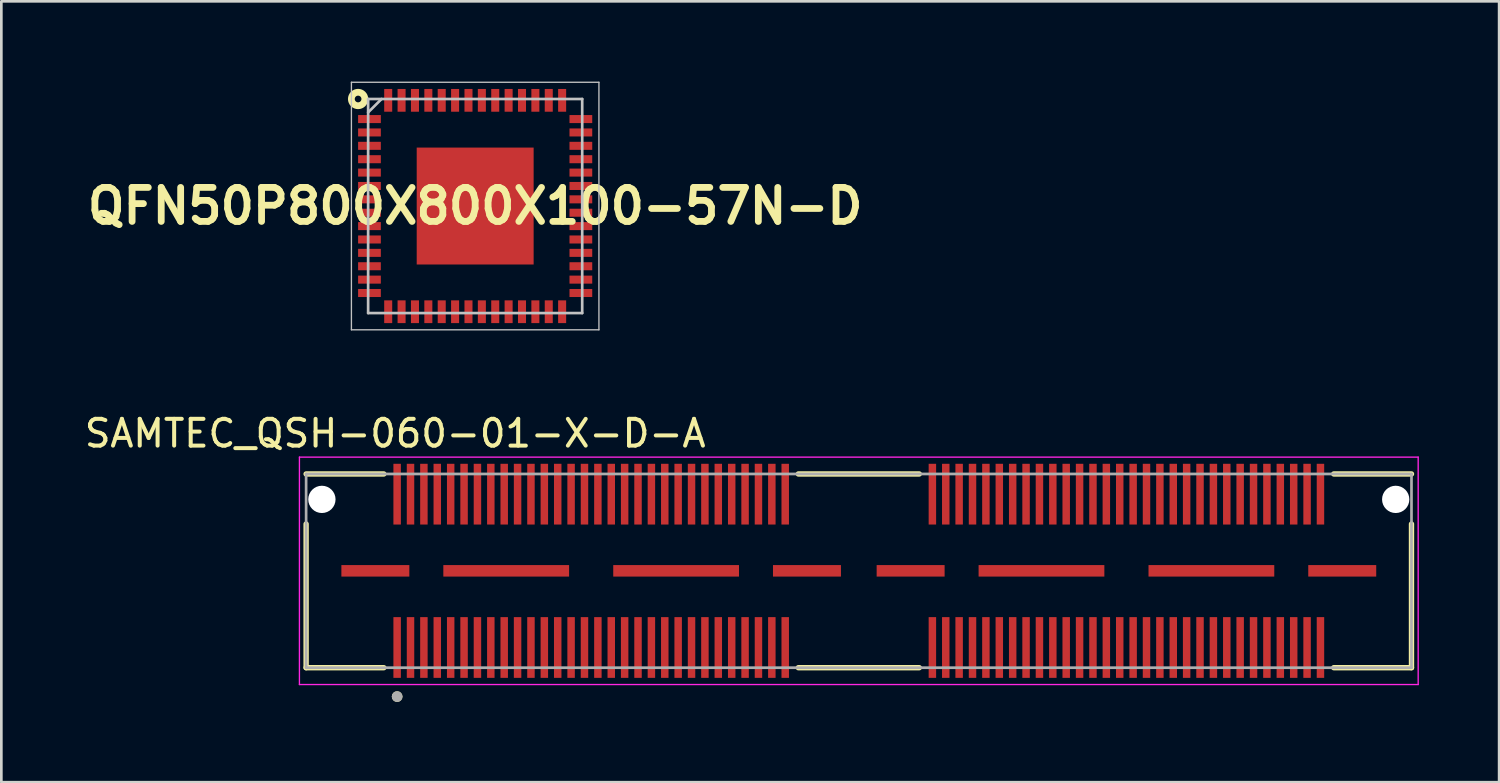
<source format=kicad_pcb>
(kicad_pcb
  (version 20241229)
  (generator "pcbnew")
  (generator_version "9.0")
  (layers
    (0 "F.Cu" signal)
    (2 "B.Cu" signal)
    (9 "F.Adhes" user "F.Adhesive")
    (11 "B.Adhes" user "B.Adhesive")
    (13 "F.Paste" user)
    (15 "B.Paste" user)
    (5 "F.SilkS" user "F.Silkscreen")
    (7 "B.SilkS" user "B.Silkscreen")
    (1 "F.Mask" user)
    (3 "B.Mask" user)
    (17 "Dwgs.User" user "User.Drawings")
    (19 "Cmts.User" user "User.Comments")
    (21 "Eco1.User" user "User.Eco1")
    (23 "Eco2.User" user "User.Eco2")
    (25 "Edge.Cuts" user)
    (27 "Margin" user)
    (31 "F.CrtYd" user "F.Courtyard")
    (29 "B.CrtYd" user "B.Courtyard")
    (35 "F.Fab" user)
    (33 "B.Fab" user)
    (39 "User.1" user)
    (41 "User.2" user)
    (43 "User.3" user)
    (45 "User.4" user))
  (footprint "QFN50P800X800X100-57N-D"
    (layer "F.Cu")
    (at 14.708 4.65)
    (property "Reference" "QFN50P800X800X100-57N-D" (at 0 0 0) (layer "F.SilkS") (effects (font (size 1.27 1.27) (thickness 0.254))))
    (attr smd)
    (fp_circle (center -4.375 -4) (end -4.25 -4) (stroke (width 0.254) (type solid)) (fill no) (layer "F.SilkS"))
    (fp_line (start -4.625 -4.625) (end 4.625 -4.625) (stroke (width 0.05) (type solid)) (layer "Dwgs.User"))
    (fp_line (start -4.625 4.625) (end -4.625 -4.625) (stroke (width 0.05) (type solid)) (layer "Dwgs.User"))
    (fp_line (start -4 -4) (end 4 -4) (stroke (width 0.1) (type solid)) (layer "Dwgs.User"))
    (fp_line (start -4 -3.5) (end -3.5 -4) (stroke (width 0.1) (type solid)) (layer "Dwgs.User"))
    (fp_line (start -4 4) (end -4 -4) (stroke (width 0.1) (type solid)) (layer "Dwgs.User"))
    (fp_line (start 4 -4) (end 4 4) (stroke (width 0.1) (type solid)) (layer "Dwgs.User"))
    (fp_line (start 4 4) (end -4 4) (stroke (width 0.1) (type solid)) (layer "Dwgs.User"))
    (fp_line (start 4.625 -4.625) (end 4.625 4.625) (stroke (width 0.05) (type solid)) (layer "Dwgs.User"))
    (fp_line (start 4.625 4.625) (end -4.625 4.625) (stroke (width 0.05) (type solid)) (layer "Dwgs.User"))
    (pad "1" smd rect (at -3.95 -3.25 90) (size 0.3 0.85) (layers "F.Cu" "F.Mask" "F.Paste"))
    (pad "2" smd rect (at -3.95 -2.75 90) (size 0.3 0.85) (layers "F.Cu" "F.Mask" "F.Paste"))
    (pad "3" smd rect (at -3.95 -2.25 90) (size 0.3 0.85) (layers "F.Cu" "F.Mask" "F.Paste"))
    (pad "4" smd rect (at -3.95 -1.75 90) (size 0.3 0.85) (layers "F.Cu" "F.Mask" "F.Paste"))
    (pad "5" smd rect (at -3.95 -1.25 90) (size 0.3 0.85) (layers "F.Cu" "F.Mask" "F.Paste"))
    (pad "6" smd rect (at -3.95 -0.75 90) (size 0.3 0.85) (layers "F.Cu" "F.Mask" "F.Paste"))
    (pad "7" smd rect (at -3.95 -0.25 90) (size 0.3 0.85) (layers "F.Cu" "F.Mask" "F.Paste"))
    (pad "8" smd rect (at -3.95 0.25 90) (size 0.3 0.85) (layers "F.Cu" "F.Mask" "F.Paste"))
    (pad "9" smd rect (at -3.95 0.75 90) (size 0.3 0.85) (layers "F.Cu" "F.Mask" "F.Paste"))
    (pad "10" smd rect (at -3.95 1.25 90) (size 0.3 0.85) (layers "F.Cu" "F.Mask" "F.Paste"))
    (pad "11" smd rect (at -3.95 1.75 90) (size 0.3 0.85) (layers "F.Cu" "F.Mask" "F.Paste"))
    (pad "12" smd rect (at -3.95 2.25 90) (size 0.3 0.85) (layers "F.Cu" "F.Mask" "F.Paste"))
    (pad "13" smd rect (at -3.95 2.75 90) (size 0.3 0.85) (layers "F.Cu" "F.Mask" "F.Paste"))
    (pad "14" smd rect (at -3.95 3.25 90) (size 0.3 0.85) (layers "F.Cu" "F.Mask" "F.Paste"))
    (pad "15" smd rect (at -3.25 3.95) (size 0.3 0.85) (layers "F.Cu" "F.Mask" "F.Paste"))
    (pad "16" smd rect (at -2.75 3.95) (size 0.3 0.85) (layers "F.Cu" "F.Mask" "F.Paste"))
    (pad "17" smd rect (at -2.25 3.95) (size 0.3 0.85) (layers "F.Cu" "F.Mask" "F.Paste"))
    (pad "18" smd rect (at -1.75 3.95) (size 0.3 0.85) (layers "F.Cu" "F.Mask" "F.Paste"))
    (pad "19" smd rect (at -1.25 3.95) (size 0.3 0.85) (layers "F.Cu" "F.Mask" "F.Paste"))
    (pad "20" smd rect (at -0.75 3.95) (size 0.3 0.85) (layers "F.Cu" "F.Mask" "F.Paste"))
    (pad "21" smd rect (at -0.25 3.95) (size 0.3 0.85) (layers "F.Cu" "F.Mask" "F.Paste"))
    (pad "22" smd rect (at 0.25 3.95) (size 0.3 0.85) (layers "F.Cu" "F.Mask" "F.Paste"))
    (pad "23" smd rect (at 0.75 3.95) (size 0.3 0.85) (layers "F.Cu" "F.Mask" "F.Paste"))
    (pad "24" smd rect (at 1.25 3.95) (size 0.3 0.85) (layers "F.Cu" "F.Mask" "F.Paste"))
    (pad "25" smd rect (at 1.75 3.95) (size 0.3 0.85) (layers "F.Cu" "F.Mask" "F.Paste"))
    (pad "26" smd rect (at 2.25 3.95) (size 0.3 0.85) (layers "F.Cu" "F.Mask" "F.Paste"))
    (pad "27" smd rect (at 2.75 3.95) (size 0.3 0.85) (layers "F.Cu" "F.Mask" "F.Paste"))
    (pad "28" smd rect (at 3.25 3.95) (size 0.3 0.85) (layers "F.Cu" "F.Mask" "F.Paste"))
    (pad "29" smd rect (at 3.95 3.25 90) (size 0.3 0.85) (layers "F.Cu" "F.Mask" "F.Paste"))
    (pad "30" smd rect (at 3.95 2.75 90) (size 0.3 0.85) (layers "F.Cu" "F.Mask" "F.Paste"))
    (pad "31" smd rect (at 3.95 2.25 90) (size 0.3 0.85) (layers "F.Cu" "F.Mask" "F.Paste"))
    (pad "32" smd rect (at 3.95 1.75 90) (size 0.3 0.85) (layers "F.Cu" "F.Mask" "F.Paste"))
    (pad "33" smd rect (at 3.95 1.25 90) (size 0.3 0.85) (layers "F.Cu" "F.Mask" "F.Paste"))
    (pad "34" smd rect (at 3.95 0.75 90) (size 0.3 0.85) (layers "F.Cu" "F.Mask" "F.Paste"))
    (pad "35" smd rect (at 3.95 0.25 90) (size 0.3 0.85) (layers "F.Cu" "F.Mask" "F.Paste"))
    (pad "36" smd rect (at 3.95 -0.25 90) (size 0.3 0.85) (layers "F.Cu" "F.Mask" "F.Paste"))
    (pad "37" smd rect (at 3.95 -0.75 90) (size 0.3 0.85) (layers "F.Cu" "F.Mask" "F.Paste"))
    (pad "38" smd rect (at 3.95 -1.25 90) (size 0.3 0.85) (layers "F.Cu" "F.Mask" "F.Paste"))
    (pad "39" smd rect (at 3.95 -1.75 90) (size 0.3 0.85) (layers "F.Cu" "F.Mask" "F.Paste"))
    (pad "40" smd rect (at 3.95 -2.25 90) (size 0.3 0.85) (layers "F.Cu" "F.Mask" "F.Paste"))
    (pad "41" smd rect (at 3.95 -2.75 90) (size 0.3 0.85) (layers "F.Cu" "F.Mask" "F.Paste"))
    (pad "42" smd rect (at 3.95 -3.25 90) (size 0.3 0.85) (layers "F.Cu" "F.Mask" "F.Paste"))
    (pad "43" smd rect (at 3.25 -3.95) (size 0.3 0.85) (layers "F.Cu" "F.Mask" "F.Paste"))
    (pad "44" smd rect (at 2.75 -3.95) (size 0.3 0.85) (layers "F.Cu" "F.Mask" "F.Paste"))
    (pad "45" smd rect (at 2.25 -3.95) (size 0.3 0.85) (layers "F.Cu" "F.Mask" "F.Paste"))
    (pad "46" smd rect (at 1.75 -3.95) (size 0.3 0.85) (layers "F.Cu" "F.Mask" "F.Paste"))
    (pad "47" smd rect (at 1.25 -3.95) (size 0.3 0.85) (layers "F.Cu" "F.Mask" "F.Paste"))
    (pad "48" smd rect (at 0.75 -3.95) (size 0.3 0.85) (layers "F.Cu" "F.Mask" "F.Paste"))
    (pad "49" smd rect (at 0.25 -3.95) (size 0.3 0.85) (layers "F.Cu" "F.Mask" "F.Paste"))
    (pad "50" smd rect (at -0.25 -3.95) (size 0.3 0.85) (layers "F.Cu" "F.Mask" "F.Paste"))
    (pad "51" smd rect (at -0.75 -3.95) (size 0.3 0.85) (layers "F.Cu" "F.Mask" "F.Paste"))
    (pad "52" smd rect (at -1.25 -3.95) (size 0.3 0.85) (layers "F.Cu" "F.Mask" "F.Paste"))
    (pad "53" smd rect (at -1.75 -3.95) (size 0.3 0.85) (layers "F.Cu" "F.Mask" "F.Paste"))
    (pad "54" smd rect (at -2.25 -3.95) (size 0.3 0.85) (layers "F.Cu" "F.Mask" "F.Paste"))
    (pad "55" smd rect (at -2.75 -3.95) (size 0.3 0.85) (layers "F.Cu" "F.Mask" "F.Paste"))
    (pad "56" smd rect (at -3.25 -3.95) (size 0.3 0.85) (layers "F.Cu" "F.Mask" "F.Paste"))
    (pad "57" smd rect (at 0 0) (size 4.37 4.37) (layers "F.Cu" "F.Mask" "F.Paste")))
  (footprint "SAMTEC_QSH-060-01-X-D-A"
    (layer "F.Cu")
    (at 29.045 18.283)
    (property "Reference" "SAMTEC_QSH-060-01-X-D-A" (at -17.325 -5.135 0) (layer "F.SilkS") (effects (font (size 1 1) (thickness 0.15))))
    (attr smd)
    (fp_line (start -20.655 -3.62) (end -17.75 -3.62) (stroke (width 0.2) (type solid)) (layer "F.SilkS"))
    (fp_line (start -20.655 3.62) (end -20.655 -1.75) (stroke (width 0.2) (type solid)) (layer "F.SilkS"))
    (fp_line (start -17.75 3.62) (end -20.655 3.62) (stroke (width 0.2) (type solid)) (layer "F.SilkS"))
    (fp_line (start -2.26 -3.62) (end 2.26 -3.62) (stroke (width 0.2) (type solid)) (layer "F.SilkS"))
    (fp_line (start -2.26 3.62) (end 2.26 3.62) (stroke (width 0.2) (type solid)) (layer "F.SilkS"))
    (fp_line (start 17.75 -3.62) (end 20.655 -3.62) (stroke (width 0.2) (type solid)) (layer "F.SilkS"))
    (fp_line (start 20.655 -1.75) (end 20.655 3.62) (stroke (width 0.2) (type solid)) (layer "F.SilkS"))
    (fp_line (start 20.655 3.62) (end 17.75 3.62) (stroke (width 0.2) (type solid)) (layer "F.SilkS"))
    (fp_circle (center -17.253 4.7) (end -17.153 4.7) (stroke (width 0.2) (type solid)) (fill no) (layer "F.SilkS"))
    (fp_line (start -20.905 -4.25) (end -20.905 4.25) (stroke (width 0.05) (type solid)) (layer "F.CrtYd"))
    (fp_line (start -20.905 4.25) (end 20.905 4.25) (stroke (width 0.05) (type solid)) (layer "F.CrtYd"))
    (fp_line (start 20.905 -4.25) (end -20.905 -4.25) (stroke (width 0.05) (type solid)) (layer "F.CrtYd"))
    (fp_line (start 20.905 4.25) (end 20.905 -4.25) (stroke (width 0.05) (type solid)) (layer "F.CrtYd"))
    (fp_line (start -20.655 -3.62) (end 20.655 -3.62) (stroke (width 0.1) (type solid)) (layer "F.Fab"))
    (fp_line (start -20.655 3.62) (end -20.655 -3.62) (stroke (width 0.1) (type solid)) (layer "F.Fab"))
    (fp_line (start 20.655 -3.62) (end 20.655 3.62) (stroke (width 0.1) (type solid)) (layer "F.Fab"))
    (fp_line (start 20.655 3.62) (end -20.655 3.62) (stroke (width 0.1) (type solid)) (layer "F.Fab"))
    (fp_circle (center -17.253 4.7) (end -17.153 4.7) (stroke (width 0.2) (type solid)) (fill no) (layer "F.Fab"))
    (pad "" np_thru_hole circle (at -20.065 -2.67) (size 1.02 1.02) (drill 1.02) (layers "*.Cu" "*.Mask"))
    (pad "" np_thru_hole circle (at 20.065 -2.67) (size 1.02 1.02) (drill 1.02) (layers "*.Cu" "*.Mask"))
    (pad "01" smd rect (at -17.253 2.865) (size 0.279 2.27) (layers "F.Cu" "F.Mask" "F.Paste"))
    (pad "02" smd rect (at -17.253 -2.865) (size 0.279 2.27) (layers "F.Cu" "F.Mask" "F.Paste"))
    (pad "03" smd rect (at -16.753 2.865) (size 0.279 2.27) (layers "F.Cu" "F.Mask" "F.Paste"))
    (pad "04" smd rect (at -16.753 -2.865) (size 0.279 2.27) (layers "F.Cu" "F.Mask" "F.Paste"))
    (pad "05" smd rect (at -16.253 2.865) (size 0.279 2.27) (layers "F.Cu" "F.Mask" "F.Paste"))
    (pad "06" smd rect (at -16.253 -2.865) (size 0.279 2.27) (layers "F.Cu" "F.Mask" "F.Paste"))
    (pad "07" smd rect (at -15.753 2.865) (size 0.279 2.27) (layers "F.Cu" "F.Mask" "F.Paste"))
    (pad "08" smd rect (at -15.753 -2.865) (size 0.279 2.27) (layers "F.Cu" "F.Mask" "F.Paste"))
    (pad "09" smd rect (at -15.252 2.865) (size 0.279 2.27) (layers "F.Cu" "F.Mask" "F.Paste"))
    (pad "10" smd rect (at -15.252 -2.865) (size 0.279 2.27) (layers "F.Cu" "F.Mask" "F.Paste"))
    (pad "11" smd rect (at -14.752 2.865) (size 0.279 2.27) (layers "F.Cu" "F.Mask" "F.Paste"))
    (pad "12" smd rect (at -14.752 -2.865) (size 0.279 2.27) (layers "F.Cu" "F.Mask" "F.Paste"))
    (pad "13" smd rect (at -14.252 2.865) (size 0.279 2.27) (layers "F.Cu" "F.Mask" "F.Paste"))
    (pad "14" smd rect (at -14.252 -2.865) (size 0.279 2.27) (layers "F.Cu" "F.Mask" "F.Paste"))
    (pad "15" smd rect (at -13.752 2.865) (size 0.279 2.27) (layers "F.Cu" "F.Mask" "F.Paste"))
    (pad "16" smd rect (at -13.752 -2.865) (size 0.279 2.27) (layers "F.Cu" "F.Mask" "F.Paste"))
    (pad "17" smd rect (at -13.252 2.865) (size 0.279 2.27) (layers "F.Cu" "F.Mask" "F.Paste"))
    (pad "18" smd rect (at -13.252 -2.865) (size 0.279 2.27) (layers "F.Cu" "F.Mask" "F.Paste"))
    (pad "19" smd rect (at -12.752 2.865) (size 0.279 2.27) (layers "F.Cu" "F.Mask" "F.Paste"))
    (pad "20" smd rect (at -12.752 -2.865) (size 0.279 2.27) (layers "F.Cu" "F.Mask" "F.Paste"))
    (pad "21" smd rect (at -12.252 2.865) (size 0.279 2.27) (layers "F.Cu" "F.Mask" "F.Paste"))
    (pad "22" smd rect (at -12.252 -2.865) (size 0.279 2.27) (layers "F.Cu" "F.Mask" "F.Paste"))
    (pad "23" smd rect (at -11.752 2.865) (size 0.279 2.27) (layers "F.Cu" "F.Mask" "F.Paste"))
    (pad "24" smd rect (at -11.752 -2.865) (size 0.279 2.27) (layers "F.Cu" "F.Mask" "F.Paste"))
    (pad "25" smd rect (at -11.252 2.865) (size 0.279 2.27) (layers "F.Cu" "F.Mask" "F.Paste"))
    (pad "26" smd rect (at -11.252 -2.865) (size 0.279 2.27) (layers "F.Cu" "F.Mask" "F.Paste"))
    (pad "27" smd rect (at -10.752 2.865) (size 0.279 2.27) (layers "F.Cu" "F.Mask" "F.Paste"))
    (pad "28" smd rect (at -10.752 -2.865) (size 0.279 2.27) (layers "F.Cu" "F.Mask" "F.Paste"))
    (pad "29" smd rect (at -10.252 2.865) (size 0.279 2.27) (layers "F.Cu" "F.Mask" "F.Paste"))
    (pad "30" smd rect (at -10.252 -2.865) (size 0.279 2.27) (layers "F.Cu" "F.Mask" "F.Paste"))
    (pad "31" smd rect (at -9.751 2.865) (size 0.279 2.27) (layers "F.Cu" "F.Mask" "F.Paste"))
    (pad "32" smd rect (at -9.751 -2.865) (size 0.279 2.27) (layers "F.Cu" "F.Mask" "F.Paste"))
    (pad "33" smd rect (at -9.251 2.865) (size 0.279 2.27) (layers "F.Cu" "F.Mask" "F.Paste"))
    (pad "34" smd rect (at -9.251 -2.865) (size 0.279 2.27) (layers "F.Cu" "F.Mask" "F.Paste"))
    (pad "35" smd rect (at -8.751 2.865) (size 0.279 2.27) (layers "F.Cu" "F.Mask" "F.Paste"))
    (pad "36" smd rect (at -8.751 -2.865) (size 0.279 2.27) (layers "F.Cu" "F.Mask" "F.Paste"))
    (pad "37" smd rect (at -8.251 2.865) (size 0.279 2.27) (layers "F.Cu" "F.Mask" "F.Paste"))
    (pad "38" smd rect (at -8.251 -2.865) (size 0.279 2.27) (layers "F.Cu" "F.Mask" "F.Paste"))
    (pad "39" smd rect (at -7.751 2.865) (size 0.279 2.27) (layers "F.Cu" "F.Mask" "F.Paste"))
    (pad "40" smd rect (at -7.751 -2.865) (size 0.279 2.27) (layers "F.Cu" "F.Mask" "F.Paste"))
    (pad "41" smd rect (at -7.251 2.865) (size 0.279 2.27) (layers "F.Cu" "F.Mask" "F.Paste"))
    (pad "42" smd rect (at -7.251 -2.865) (size 0.279 2.27) (layers "F.Cu" "F.Mask" "F.Paste"))
    (pad "43" smd rect (at -6.751 2.865) (size 0.279 2.27) (layers "F.Cu" "F.Mask" "F.Paste"))
    (pad "44" smd rect (at -6.751 -2.865) (size 0.279 2.27) (layers "F.Cu" "F.Mask" "F.Paste"))
    (pad "45" smd rect (at -6.251 2.865) (size 0.279 2.27) (layers "F.Cu" "F.Mask" "F.Paste"))
    (pad "46" smd rect (at -6.251 -2.865) (size 0.279 2.27) (layers "F.Cu" "F.Mask" "F.Paste"))
    (pad "47" smd rect (at -5.751 2.865) (size 0.279 2.27) (layers "F.Cu" "F.Mask" "F.Paste"))
    (pad "48" smd rect (at -5.751 -2.865) (size 0.279 2.27) (layers "F.Cu" "F.Mask" "F.Paste"))
    (pad "49" smd rect (at -5.251 2.865) (size 0.279 2.27) (layers "F.Cu" "F.Mask" "F.Paste"))
    (pad "50" smd rect (at -5.251 -2.865) (size 0.279 2.27) (layers "F.Cu" "F.Mask" "F.Paste"))
    (pad "51" smd rect (at -4.75 2.865) (size 0.279 2.27) (layers "F.Cu" "F.Mask" "F.Paste"))
    (pad "52" smd rect (at -4.75 -2.865) (size 0.279 2.27) (layers "F.Cu" "F.Mask" "F.Paste"))
    (pad "53" smd rect (at -4.25 2.865) (size 0.279 2.27) (layers "F.Cu" "F.Mask" "F.Paste"))
    (pad "54" smd rect (at -4.25 -2.865) (size 0.279 2.27) (layers "F.Cu" "F.Mask" "F.Paste"))
    (pad "55" smd rect (at -3.75 2.865) (size 0.279 2.27) (layers "F.Cu" "F.Mask" "F.Paste"))
    (pad "56" smd rect (at -3.75 -2.865) (size 0.279 2.27) (layers "F.Cu" "F.Mask" "F.Paste"))
    (pad "57" smd rect (at -3.25 2.865) (size 0.279 2.27) (layers "F.Cu" "F.Mask" "F.Paste"))
    (pad "58" smd rect (at -3.25 -2.865) (size 0.279 2.27) (layers "F.Cu" "F.Mask" "F.Paste"))
    (pad "59" smd rect (at -2.75 2.865) (size 0.279 2.27) (layers "F.Cu" "F.Mask" "F.Paste"))
    (pad "60" smd rect (at -2.75 -2.865) (size 0.279 2.27) (layers "F.Cu" "F.Mask" "F.Paste"))
    (pad "61" smd rect (at 2.75 2.865) (size 0.279 2.27) (layers "F.Cu" "F.Mask" "F.Paste"))
    (pad "62" smd rect (at 2.75 -2.865) (size 0.279 2.27) (layers "F.Cu" "F.Mask" "F.Paste"))
    (pad "63" smd rect (at 3.25 2.865) (size 0.279 2.27) (layers "F.Cu" "F.Mask" "F.Paste"))
    (pad "64" smd rect (at 3.25 -2.865) (size 0.279 2.27) (layers "F.Cu" "F.Mask" "F.Paste"))
    (pad "65" smd rect (at 3.75 2.865) (size 0.279 2.27) (layers "F.Cu" "F.Mask" "F.Paste"))
    (pad "66" smd rect (at 3.75 -2.865) (size 0.279 2.27) (layers "F.Cu" "F.Mask" "F.Paste"))
    (pad "67" smd rect (at 4.25 2.865) (size 0.279 2.27) (layers "F.Cu" "F.Mask" "F.Paste"))
    (pad "68" smd rect (at 4.25 -2.865) (size 0.279 2.27) (layers "F.Cu" "F.Mask" "F.Paste"))
    (pad "69" smd rect (at 4.75 2.865) (size 0.279 2.27) (layers "F.Cu" "F.Mask" "F.Paste"))
    (pad "70" smd rect (at 4.75 -2.865) (size 0.279 2.27) (layers "F.Cu" "F.Mask" "F.Paste"))
    (pad "71" smd rect (at 5.251 2.865) (size 0.279 2.27) (layers "F.Cu" "F.Mask" "F.Paste"))
    (pad "72" smd rect (at 5.251 -2.865) (size 0.279 2.27) (layers "F.Cu" "F.Mask" "F.Paste"))
    (pad "73" smd rect (at 5.751 2.865) (size 0.279 2.27) (layers "F.Cu" "F.Mask" "F.Paste"))
    (pad "74" smd rect (at 5.751 -2.865) (size 0.279 2.27) (layers "F.Cu" "F.Mask" "F.Paste"))
    (pad "75" smd rect (at 6.251 2.865) (size 0.279 2.27) (layers "F.Cu" "F.Mask" "F.Paste"))
    (pad "76" smd rect (at 6.251 -2.865) (size 0.279 2.27) (layers "F.Cu" "F.Mask" "F.Paste"))
    (pad "77" smd rect (at 6.751 2.865) (size 0.279 2.27) (layers "F.Cu" "F.Mask" "F.Paste"))
    (pad "78" smd rect (at 6.751 -2.865) (size 0.279 2.27) (layers "F.Cu" "F.Mask" "F.Paste"))
    (pad "79" smd rect (at 7.251 2.865) (size 0.279 2.27) (layers "F.Cu" "F.Mask" "F.Paste"))
    (pad "80" smd rect (at 7.251 -2.865) (size 0.279 2.27) (layers "F.Cu" "F.Mask" "F.Paste"))
    (pad "81" smd rect (at 7.751 2.865) (size 0.279 2.27) (layers "F.Cu" "F.Mask" "F.Paste"))
    (pad "82" smd rect (at 7.751 -2.865) (size 0.279 2.27) (layers "F.Cu" "F.Mask" "F.Paste"))
    (pad "83" smd rect (at 8.251 2.865) (size 0.279 2.27) (layers "F.Cu" "F.Mask" "F.Paste"))
    (pad "84" smd rect (at 8.251 -2.865) (size 0.279 2.27) (layers "F.Cu" "F.Mask" "F.Paste"))
    (pad "85" smd rect (at 8.751 2.865) (size 0.279 2.27) (layers "F.Cu" "F.Mask" "F.Paste"))
    (pad "86" smd rect (at 8.751 -2.865) (size 0.279 2.27) (layers "F.Cu" "F.Mask" "F.Paste"))
    (pad "87" smd rect (at 9.251 2.865) (size 0.279 2.27) (layers "F.Cu" "F.Mask" "F.Paste"))
    (pad "88" smd rect (at 9.251 -2.865) (size 0.279 2.27) (layers "F.Cu" "F.Mask" "F.Paste"))
    (pad "89" smd rect (at 9.751 2.865) (size 0.279 2.27) (layers "F.Cu" "F.Mask" "F.Paste"))
    (pad "90" smd rect (at 9.751 -2.865) (size 0.279 2.27) (layers "F.Cu" "F.Mask" "F.Paste"))
    (pad "91" smd rect (at 10.252 2.865) (size 0.279 2.27) (layers "F.Cu" "F.Mask" "F.Paste"))
    (pad "92" smd rect (at 10.252 -2.865) (size 0.279 2.27) (layers "F.Cu" "F.Mask" "F.Paste"))
    (pad "93" smd rect (at 10.752 2.865) (size 0.279 2.27) (layers "F.Cu" "F.Mask" "F.Paste"))
    (pad "94" smd rect (at 10.752 -2.865) (size 0.279 2.27) (layers "F.Cu" "F.Mask" "F.Paste"))
    (pad "95" smd rect (at 11.252 2.865) (size 0.279 2.27) (layers "F.Cu" "F.Mask" "F.Paste"))
    (pad "96" smd rect (at 11.252 -2.865) (size 0.279 2.27) (layers "F.Cu" "F.Mask" "F.Paste"))
    (pad "97" smd rect (at 11.752 2.865) (size 0.279 2.27) (layers "F.Cu" "F.Mask" "F.Paste"))
    (pad "98" smd rect (at 11.752 -2.865) (size 0.279 2.27) (layers "F.Cu" "F.Mask" "F.Paste"))
    (pad "99" smd rect (at 12.252 2.865) (size 0.279 2.27) (layers "F.Cu" "F.Mask" "F.Paste"))
    (pad "100" smd rect (at 12.252 -2.865) (size 0.279 2.27) (layers "F.Cu" "F.Mask" "F.Paste"))
    (pad "101" smd rect (at 12.752 2.865) (size 0.279 2.27) (layers "F.Cu" "F.Mask" "F.Paste"))
    (pad "102" smd rect (at 12.752 -2.865) (size 0.279 2.27) (layers "F.Cu" "F.Mask" "F.Paste"))
    (pad "103" smd rect (at 13.252 2.865) (size 0.279 2.27) (layers "F.Cu" "F.Mask" "F.Paste"))
    (pad "104" smd rect (at 13.252 -2.865) (size 0.279 2.27) (layers "F.Cu" "F.Mask" "F.Paste"))
    (pad "105" smd rect (at 13.752 2.865) (size 0.279 2.27) (layers "F.Cu" "F.Mask" "F.Paste"))
    (pad "106" smd rect (at 13.752 -2.865) (size 0.279 2.27) (layers "F.Cu" "F.Mask" "F.Paste"))
    (pad "107" smd rect (at 14.252 2.865) (size 0.279 2.27) (layers "F.Cu" "F.Mask" "F.Paste"))
    (pad "108" smd rect (at 14.252 -2.865) (size 0.279 2.27) (layers "F.Cu" "F.Mask" "F.Paste"))
    (pad "109" smd rect (at 14.752 2.865) (size 0.279 2.27) (layers "F.Cu" "F.Mask" "F.Paste"))
    (pad "110" smd rect (at 14.752 -2.865) (size 0.279 2.27) (layers "F.Cu" "F.Mask" "F.Paste"))
    (pad "111" smd rect (at 15.252 2.865) (size 0.279 2.27) (layers "F.Cu" "F.Mask" "F.Paste"))
    (pad "112" smd rect (at 15.252 -2.865) (size 0.279 2.27) (layers "F.Cu" "F.Mask" "F.Paste"))
    (pad "113" smd rect (at 15.753 2.865) (size 0.279 2.27) (layers "F.Cu" "F.Mask" "F.Paste"))
    (pad "114" smd rect (at 15.753 -2.865) (size 0.279 2.27) (layers "F.Cu" "F.Mask" "F.Paste"))
    (pad "115" smd rect (at 16.253 2.865) (size 0.279 2.27) (layers "F.Cu" "F.Mask" "F.Paste"))
    (pad "116" smd rect (at 16.253 -2.865) (size 0.279 2.27) (layers "F.Cu" "F.Mask" "F.Paste"))
    (pad "117" smd rect (at 16.753 2.865) (size 0.279 2.27) (layers "F.Cu" "F.Mask" "F.Paste"))
    (pad "118" smd rect (at 16.753 -2.865) (size 0.279 2.27) (layers "F.Cu" "F.Mask" "F.Paste"))
    (pad "119" smd rect (at 17.253 2.865) (size 0.279 2.27) (layers "F.Cu" "F.Mask" "F.Paste"))
    (pad "120" smd rect (at 17.253 -2.865) (size 0.279 2.27) (layers "F.Cu" "F.Mask" "F.Paste"))
    (pad "G1_1" smd rect (at -18.067 0) (size 2.54 0.43) (layers "F.Cu" "F.Mask" "F.Paste"))
    (pad "G1_2" smd rect (at -13.177 0) (size 4.7 0.43) (layers "F.Cu" "F.Mask" "F.Paste"))
    (pad "G1_3" smd rect (at -6.827 0) (size 4.7 0.43) (layers "F.Cu" "F.Mask" "F.Paste"))
    (pad "G1_4" smd rect (at -1.937 0) (size 2.54 0.43) (layers "F.Cu" "F.Mask" "F.Paste"))
    (pad "G2_1" smd rect (at 1.937 0) (size 2.54 0.43) (layers "F.Cu" "F.Mask" "F.Paste"))
    (pad "G2_2" smd rect (at 6.827 0) (size 4.7 0.43) (layers "F.Cu" "F.Mask" "F.Paste"))
    (pad "G2_3" smd rect (at 13.177 0) (size 4.7 0.43) (layers "F.Cu" "F.Mask" "F.Paste"))
    (pad "G2_4" smd rect (at 18.067 0) (size 2.54 0.43) (layers "F.Cu" "F.Mask" "F.Paste")))
  (gr_rect
    (start -3 -3)
    (end 52.975 26.183)
    (stroke (width 0.1) (type default))
    (fill no)
    (layer "Edge.Cuts")))
</source>
